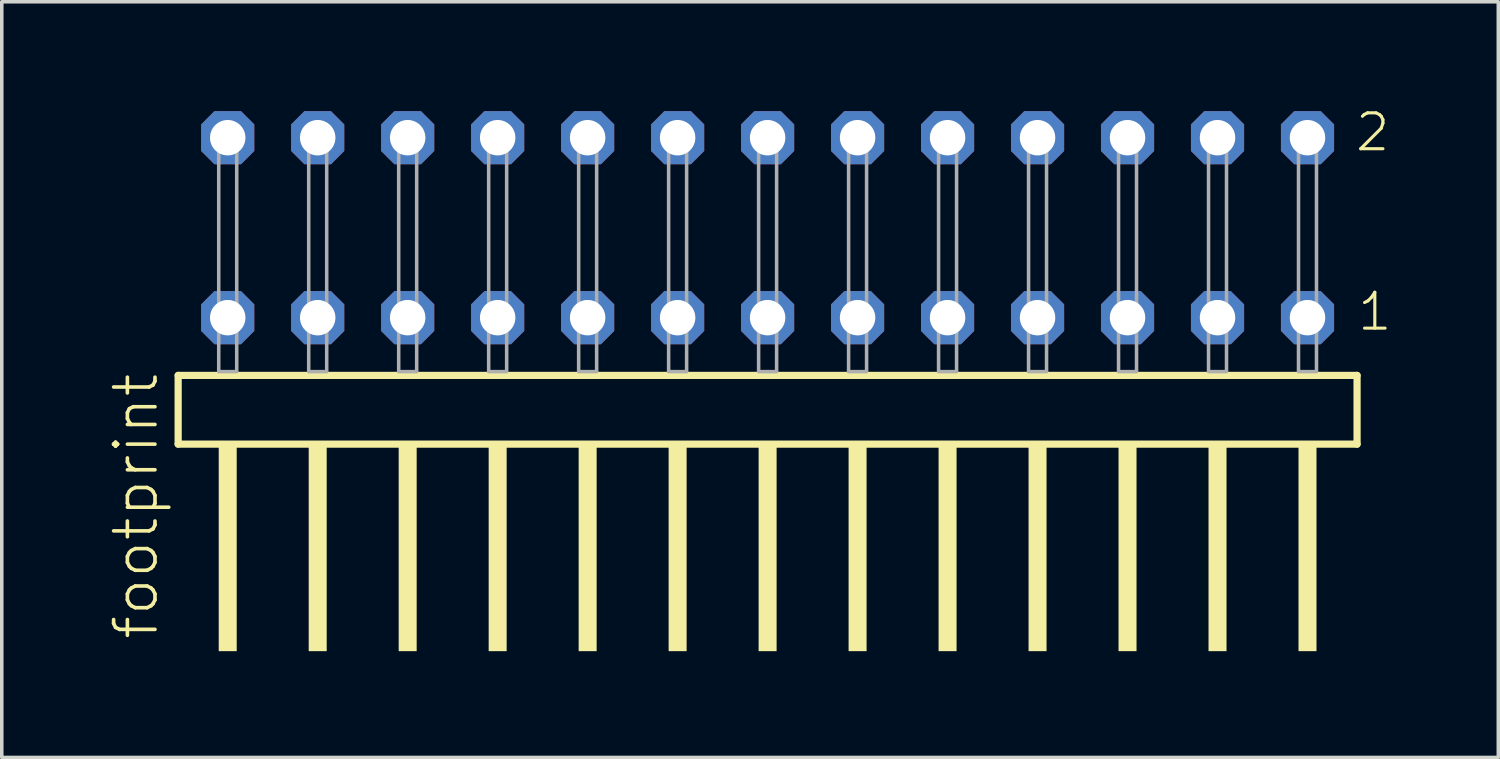
<source format=kicad_pcb>
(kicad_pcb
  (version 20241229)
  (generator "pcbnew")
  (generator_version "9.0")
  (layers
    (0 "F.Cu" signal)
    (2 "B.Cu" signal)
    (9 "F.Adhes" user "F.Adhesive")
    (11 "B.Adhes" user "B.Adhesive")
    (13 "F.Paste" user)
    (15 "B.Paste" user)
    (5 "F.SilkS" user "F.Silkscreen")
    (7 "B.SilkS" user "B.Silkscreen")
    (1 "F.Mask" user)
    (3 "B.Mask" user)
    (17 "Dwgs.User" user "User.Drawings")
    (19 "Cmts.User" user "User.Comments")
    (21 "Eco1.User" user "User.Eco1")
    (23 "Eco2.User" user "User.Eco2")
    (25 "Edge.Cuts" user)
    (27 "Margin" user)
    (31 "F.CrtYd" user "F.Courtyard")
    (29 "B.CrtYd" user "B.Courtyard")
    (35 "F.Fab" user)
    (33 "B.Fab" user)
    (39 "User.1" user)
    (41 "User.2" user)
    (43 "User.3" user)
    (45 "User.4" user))
  (footprint "footprint"
    (layer "F.Cu")
    (at 18.618 7.441)
    (property "Reference" "footprint" (at -17.145 7.62 90) (layer "F.SilkS") (effects (font (size 1.168 1.168) (thickness 0.102)) (justify left bottom)))
    (fp_line (start -16.639 0.106) (end -16.639 2.046) (stroke (width 0.203) (type solid)) (layer "F.SilkS"))
    (fp_line (start -16.639 2.046) (end 16.639 2.046) (stroke (width 0.203) (type solid)) (layer "F.SilkS"))
    (fp_line (start 16.639 0.106) (end -16.639 0.106) (stroke (width 0.203) (type solid)) (layer "F.SilkS"))
    (fp_line (start 16.639 2.046) (end 16.639 0.106) (stroke (width 0.203) (type solid)) (layer "F.SilkS"))
    (fp_poly (pts (xy -15.494 7.89) (xy -14.986 7.89) (xy -14.986 2.04) (xy -15.494 2.04)) (stroke (width 0) (type solid)) (fill yes) (layer "F.SilkS"))
    (fp_poly (pts (xy -12.954 7.89) (xy -12.446 7.89) (xy -12.446 2.04) (xy -12.954 2.04)) (stroke (width 0) (type solid)) (fill yes) (layer "F.SilkS"))
    (fp_poly (pts (xy -10.414 7.89) (xy -9.906 7.89) (xy -9.906 2.04) (xy -10.414 2.04)) (stroke (width 0) (type solid)) (fill yes) (layer "F.SilkS"))
    (fp_poly (pts (xy -7.874 7.89) (xy -7.366 7.89) (xy -7.366 2.04) (xy -7.874 2.04)) (stroke (width 0) (type solid)) (fill yes) (layer "F.SilkS"))
    (fp_poly (pts (xy -5.334 7.89) (xy -4.826 7.89) (xy -4.826 2.04) (xy -5.334 2.04)) (stroke (width 0) (type solid)) (fill yes) (layer "F.SilkS"))
    (fp_poly (pts (xy -2.794 7.89) (xy -2.286 7.89) (xy -2.286 2.04) (xy -2.794 2.04)) (stroke (width 0) (type solid)) (fill yes) (layer "F.SilkS"))
    (fp_poly (pts (xy -0.254 7.89) (xy 0.254 7.89) (xy 0.254 2.04) (xy -0.254 2.04)) (stroke (width 0) (type solid)) (fill yes) (layer "F.SilkS"))
    (fp_poly (pts (xy 2.286 7.89) (xy 2.794 7.89) (xy 2.794 2.04) (xy 2.286 2.04)) (stroke (width 0) (type solid)) (fill yes) (layer "F.SilkS"))
    (fp_poly (pts (xy 4.826 7.89) (xy 5.334 7.89) (xy 5.334 2.04) (xy 4.826 2.04)) (stroke (width 0) (type solid)) (fill yes) (layer "F.SilkS"))
    (fp_poly (pts (xy 7.366 7.89) (xy 7.874 7.89) (xy 7.874 2.04) (xy 7.366 2.04)) (stroke (width 0) (type solid)) (fill yes) (layer "F.SilkS"))
    (fp_poly (pts (xy 9.906 7.89) (xy 10.414 7.89) (xy 10.414 2.04) (xy 9.906 2.04)) (stroke (width 0) (type solid)) (fill yes) (layer "F.SilkS"))
    (fp_poly (pts (xy 12.446 7.89) (xy 12.954 7.89) (xy 12.954 2.04) (xy 12.446 2.04)) (stroke (width 0) (type solid)) (fill yes) (layer "F.SilkS"))
    (fp_poly (pts (xy 14.986 7.89) (xy 15.494 7.89) (xy 15.494 2.04) (xy 14.986 2.04)) (stroke (width 0) (type solid)) (fill yes) (layer "F.SilkS"))
    (fp_poly (pts (xy -15.494 0) (xy -14.986 0) (xy -14.986 -6.858) (xy -15.494 -6.858)) (stroke (width 0.1) (type solid)) (fill no) (layer "F.Fab"))
    (fp_poly (pts (xy -12.954 0) (xy -12.446 0) (xy -12.446 -6.858) (xy -12.954 -6.858)) (stroke (width 0.1) (type solid)) (fill no) (layer "F.Fab"))
    (fp_poly (pts (xy -10.414 0) (xy -9.906 0) (xy -9.906 -6.858) (xy -10.414 -6.858)) (stroke (width 0.1) (type solid)) (fill no) (layer "F.Fab"))
    (fp_poly (pts (xy -7.874 0) (xy -7.366 0) (xy -7.366 -6.858) (xy -7.874 -6.858)) (stroke (width 0.1) (type solid)) (fill no) (layer "F.Fab"))
    (fp_poly (pts (xy -5.334 0) (xy -4.826 0) (xy -4.826 -6.858) (xy -5.334 -6.858)) (stroke (width 0.1) (type solid)) (fill no) (layer "F.Fab"))
    (fp_poly (pts (xy -2.794 0) (xy -2.286 0) (xy -2.286 -6.858) (xy -2.794 -6.858)) (stroke (width 0.1) (type solid)) (fill no) (layer "F.Fab"))
    (fp_poly (pts (xy -0.254 0) (xy 0.254 0) (xy 0.254 -6.858) (xy -0.254 -6.858)) (stroke (width 0.1) (type solid)) (fill no) (layer "F.Fab"))
    (fp_poly (pts (xy 2.286 0) (xy 2.794 0) (xy 2.794 -6.858) (xy 2.286 -6.858)) (stroke (width 0.1) (type solid)) (fill no) (layer "F.Fab"))
    (fp_poly (pts (xy 4.826 0) (xy 5.334 0) (xy 5.334 -6.858) (xy 4.826 -6.858)) (stroke (width 0.1) (type solid)) (fill no) (layer "F.Fab"))
    (fp_poly (pts (xy 7.366 0) (xy 7.874 0) (xy 7.874 -6.858) (xy 7.366 -6.858)) (stroke (width 0.1) (type solid)) (fill no) (layer "F.Fab"))
    (fp_poly (pts (xy 9.906 0) (xy 10.414 0) (xy 10.414 -6.858) (xy 9.906 -6.858)) (stroke (width 0.1) (type solid)) (fill no) (layer "F.Fab"))
    (fp_poly (pts (xy 12.446 0) (xy 12.954 0) (xy 12.954 -6.858) (xy 12.446 -6.858)) (stroke (width 0.1) (type solid)) (fill no) (layer "F.Fab"))
    (fp_poly (pts (xy 14.986 0) (xy 15.494 0) (xy 15.494 -6.858) (xy 14.986 -6.858)) (stroke (width 0.1) (type solid)) (fill no) (layer "F.Fab"))
    (fp_text user "1" (at 16.6 -1.1 0) (layer "F.SilkS") (effects (font (size 1.012 1.012) (thickness 0.088)) (justify left bottom)))
    (fp_text user "2" (at 16.54 -6.165 0) (layer "F.SilkS") (effects (font (size 1.012 1.012) (thickness 0.088)) (justify left bottom)))
    (pad "1" thru_hole roundrect (at 15.24 -1.524 180) (size 1.5 1.5) (drill 1) (layers "*.Cu" "*.Mask") (roundrect_rratio 0.25) (chamfer_ratio 0.25) (chamfer top_left top_right bottom_left bottom_right))
    (pad "2" thru_hole roundrect (at 15.24 -6.604 180) (size 1.5 1.5) (drill 1) (layers "*.Cu" "*.Mask") (roundrect_rratio 0.25) (chamfer_ratio 0.25) (chamfer top_left top_right bottom_left bottom_right))
    (pad "3" thru_hole roundrect (at 12.7 -1.524 180) (size 1.5 1.5) (drill 1) (layers "*.Cu" "*.Mask") (roundrect_rratio 0.25) (chamfer_ratio 0.25) (chamfer top_left top_right bottom_left bottom_right))
    (pad "4" thru_hole roundrect (at 12.7 -6.604 180) (size 1.5 1.5) (drill 1) (layers "*.Cu" "*.Mask") (roundrect_rratio 0.25) (chamfer_ratio 0.25) (chamfer top_left top_right bottom_left bottom_right))
    (pad "5" thru_hole roundrect (at 10.16 -1.524 180) (size 1.5 1.5) (drill 1) (layers "*.Cu" "*.Mask") (roundrect_rratio 0.25) (chamfer_ratio 0.25) (chamfer top_left top_right bottom_left bottom_right))
    (pad "6" thru_hole roundrect (at 10.16 -6.604 180) (size 1.5 1.5) (drill 1) (layers "*.Cu" "*.Mask") (roundrect_rratio 0.25) (chamfer_ratio 0.25) (chamfer top_left top_right bottom_left bottom_right))
    (pad "7" thru_hole roundrect (at 7.62 -1.524 180) (size 1.5 1.5) (drill 1) (layers "*.Cu" "*.Mask") (roundrect_rratio 0.25) (chamfer_ratio 0.25) (chamfer top_left top_right bottom_left bottom_right))
    (pad "8" thru_hole roundrect (at 7.62 -6.604 180) (size 1.5 1.5) (drill 1) (layers "*.Cu" "*.Mask") (roundrect_rratio 0.25) (chamfer_ratio 0.25) (chamfer top_left top_right bottom_left bottom_right))
    (pad "9" thru_hole roundrect (at 5.08 -1.524 180) (size 1.5 1.5) (drill 1) (layers "*.Cu" "*.Mask") (roundrect_rratio 0.25) (chamfer_ratio 0.25) (chamfer top_left top_right bottom_left bottom_right))
    (pad "10" thru_hole roundrect (at 5.08 -6.604 180) (size 1.5 1.5) (drill 1) (layers "*.Cu" "*.Mask") (roundrect_rratio 0.25) (chamfer_ratio 0.25) (chamfer top_left top_right bottom_left bottom_right))
    (pad "11" thru_hole roundrect (at 2.54 -1.524 180) (size 1.5 1.5) (drill 1) (layers "*.Cu" "*.Mask") (roundrect_rratio 0.25) (chamfer_ratio 0.25) (chamfer top_left top_right bottom_left bottom_right))
    (pad "12" thru_hole roundrect (at 2.54 -6.604 180) (size 1.5 1.5) (drill 1) (layers "*.Cu" "*.Mask") (roundrect_rratio 0.25) (chamfer_ratio 0.25) (chamfer top_left top_right bottom_left bottom_right))
    (pad "13" thru_hole roundrect (at 0 -1.524 180) (size 1.5 1.5) (drill 1) (layers "*.Cu" "*.Mask") (roundrect_rratio 0.25) (chamfer_ratio 0.25) (chamfer top_left top_right bottom_left bottom_right))
    (pad "14" thru_hole roundrect (at 0 -6.604 180) (size 1.5 1.5) (drill 1) (layers "*.Cu" "*.Mask") (roundrect_rratio 0.25) (chamfer_ratio 0.25) (chamfer top_left top_right bottom_left bottom_right))
    (pad "15" thru_hole roundrect (at -2.54 -1.524 180) (size 1.5 1.5) (drill 1) (layers "*.Cu" "*.Mask") (roundrect_rratio 0.25) (chamfer_ratio 0.25) (chamfer top_left top_right bottom_left bottom_right))
    (pad "16" thru_hole roundrect (at -2.54 -6.604 180) (size 1.5 1.5) (drill 1) (layers "*.Cu" "*.Mask") (roundrect_rratio 0.25) (chamfer_ratio 0.25) (chamfer top_left top_right bottom_left bottom_right))
    (pad "17" thru_hole roundrect (at -5.08 -1.524 180) (size 1.5 1.5) (drill 1) (layers "*.Cu" "*.Mask") (roundrect_rratio 0.25) (chamfer_ratio 0.25) (chamfer top_left top_right bottom_left bottom_right))
    (pad "18" thru_hole roundrect (at -5.08 -6.604 180) (size 1.5 1.5) (drill 1) (layers "*.Cu" "*.Mask") (roundrect_rratio 0.25) (chamfer_ratio 0.25) (chamfer top_left top_right bottom_left bottom_right))
    (pad "19" thru_hole roundrect (at -7.62 -1.524 180) (size 1.5 1.5) (drill 1) (layers "*.Cu" "*.Mask") (roundrect_rratio 0.25) (chamfer_ratio 0.25) (chamfer top_left top_right bottom_left bottom_right))
    (pad "20" thru_hole roundrect (at -7.62 -6.604 180) (size 1.5 1.5) (drill 1) (layers "*.Cu" "*.Mask") (roundrect_rratio 0.25) (chamfer_ratio 0.25) (chamfer top_left top_right bottom_left bottom_right))
    (pad "21" thru_hole roundrect (at -10.16 -1.524 180) (size 1.5 1.5) (drill 1) (layers "*.Cu" "*.Mask") (roundrect_rratio 0.25) (chamfer_ratio 0.25) (chamfer top_left top_right bottom_left bottom_right))
    (pad "22" thru_hole roundrect (at -10.16 -6.604 180) (size 1.5 1.5) (drill 1) (layers "*.Cu" "*.Mask") (roundrect_rratio 0.25) (chamfer_ratio 0.25) (chamfer top_left top_right bottom_left bottom_right))
    (pad "23" thru_hole roundrect (at -12.7 -1.524 180) (size 1.5 1.5) (drill 1) (layers "*.Cu" "*.Mask") (roundrect_rratio 0.25) (chamfer_ratio 0.25) (chamfer top_left top_right bottom_left bottom_right))
    (pad "24" thru_hole roundrect (at -12.7 -6.604 180) (size 1.5 1.5) (drill 1) (layers "*.Cu" "*.Mask") (roundrect_rratio 0.25) (chamfer_ratio 0.25) (chamfer top_left top_right bottom_left bottom_right))
    (pad "25" thru_hole roundrect (at -15.24 -1.524 180) (size 1.5 1.5) (drill 1) (layers "*.Cu" "*.Mask") (roundrect_rratio 0.25) (chamfer_ratio 0.25) (chamfer top_left top_right bottom_left bottom_right))
    (pad "26" thru_hole roundrect (at -15.24 -6.604 180) (size 1.5 1.5) (drill 1) (layers "*.Cu" "*.Mask") (roundrect_rratio 0.25) (chamfer_ratio 0.25) (chamfer top_left top_right bottom_left bottom_right)))
  (gr_rect
    (start -3 -3)
    (end 39.244 18.331)
    (stroke (width 0.1) (type default))
    (fill no)
    (layer "Edge.Cuts")))
</source>
